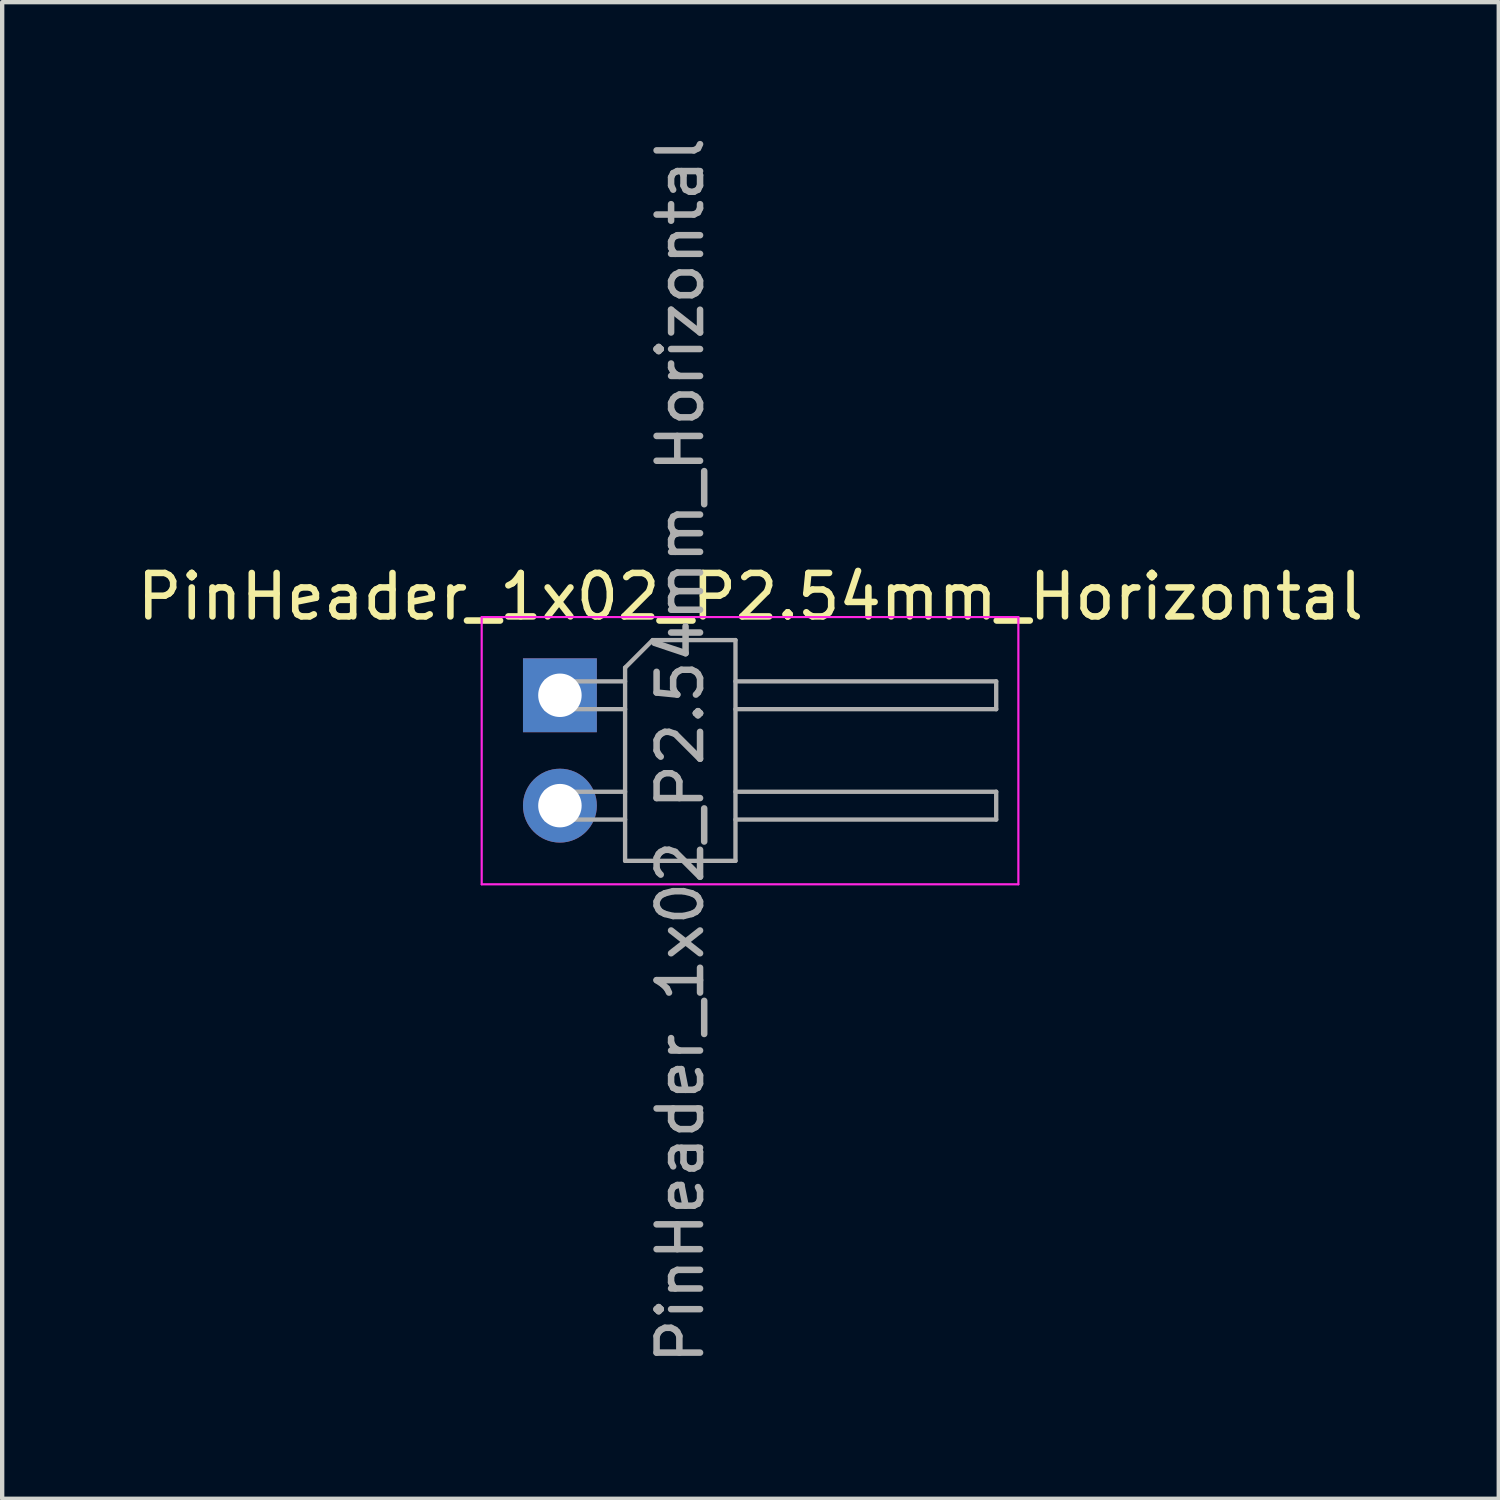
<source format=kicad_pcb>
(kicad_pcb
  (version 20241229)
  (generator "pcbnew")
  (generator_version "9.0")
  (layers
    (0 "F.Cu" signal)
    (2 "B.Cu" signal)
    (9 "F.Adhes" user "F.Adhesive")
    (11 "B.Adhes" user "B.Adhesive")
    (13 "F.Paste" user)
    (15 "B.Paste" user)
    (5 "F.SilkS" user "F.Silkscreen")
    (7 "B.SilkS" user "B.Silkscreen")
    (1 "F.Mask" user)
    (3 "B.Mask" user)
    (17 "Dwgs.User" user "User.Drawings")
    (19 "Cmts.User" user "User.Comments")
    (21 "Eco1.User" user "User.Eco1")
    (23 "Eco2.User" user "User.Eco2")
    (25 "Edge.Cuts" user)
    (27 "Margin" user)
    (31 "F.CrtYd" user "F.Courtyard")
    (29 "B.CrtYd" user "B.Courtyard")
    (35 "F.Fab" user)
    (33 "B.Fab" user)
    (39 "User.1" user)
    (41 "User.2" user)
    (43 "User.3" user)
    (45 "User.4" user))
  (footprint "PinHeader_1x02_P2.54mm_Horizontal"
    (layer "F.Cu")
    (at 9.835 12.95)
    (property "Reference" "PinHeader_1x02_P2.54mm_Horizontal" (at 4.385 -2.27 0) (layer "F.SilkS") (effects (font (size 1 1) (thickness 0.15))))
    (attr through_hole)
    (fp_line (start -1.8 -1.8) (end -1.8 4.35) (stroke (width 0.05) (type solid)) (layer "F.CrtYd"))
    (fp_line (start -1.8 4.35) (end 10.55 4.35) (stroke (width 0.05) (type solid)) (layer "F.CrtYd"))
    (fp_line (start 10.55 -1.8) (end -1.8 -1.8) (stroke (width 0.05) (type solid)) (layer "F.CrtYd"))
    (fp_line (start 10.55 4.35) (end 10.55 -1.8) (stroke (width 0.05) (type solid)) (layer "F.CrtYd"))
    (fp_line (start -0.32 -0.32) (end -0.32 0.32) (stroke (width 0.1) (type solid)) (layer "F.Fab"))
    (fp_line (start -0.32 -0.32) (end 1.5 -0.32) (stroke (width 0.1) (type solid)) (layer "F.Fab"))
    (fp_line (start -0.32 0.32) (end 1.5 0.32) (stroke (width 0.1) (type solid)) (layer "F.Fab"))
    (fp_line (start -0.32 2.22) (end -0.32 2.86) (stroke (width 0.1) (type solid)) (layer "F.Fab"))
    (fp_line (start -0.32 2.22) (end 1.5 2.22) (stroke (width 0.1) (type solid)) (layer "F.Fab"))
    (fp_line (start -0.32 2.86) (end 1.5 2.86) (stroke (width 0.1) (type solid)) (layer "F.Fab"))
    (fp_line (start 1.5 -0.635) (end 2.135 -1.27) (stroke (width 0.1) (type solid)) (layer "F.Fab"))
    (fp_line (start 1.5 3.81) (end 1.5 -0.635) (stroke (width 0.1) (type solid)) (layer "F.Fab"))
    (fp_line (start 2.135 -1.27) (end 4.04 -1.27) (stroke (width 0.1) (type solid)) (layer "F.Fab"))
    (fp_line (start 4.04 -1.27) (end 4.04 3.81) (stroke (width 0.1) (type solid)) (layer "F.Fab"))
    (fp_line (start 4.04 -0.32) (end 10.04 -0.32) (stroke (width 0.1) (type solid)) (layer "F.Fab"))
    (fp_line (start 4.04 0.32) (end 10.04 0.32) (stroke (width 0.1) (type solid)) (layer "F.Fab"))
    (fp_line (start 4.04 2.22) (end 10.04 2.22) (stroke (width 0.1) (type solid)) (layer "F.Fab"))
    (fp_line (start 4.04 2.86) (end 10.04 2.86) (stroke (width 0.1) (type solid)) (layer "F.Fab"))
    (fp_line (start 4.04 3.81) (end 1.5 3.81) (stroke (width 0.1) (type solid)) (layer "F.Fab"))
    (fp_line (start 10.04 -0.32) (end 10.04 0.32) (stroke (width 0.1) (type solid)) (layer "F.Fab"))
    (fp_line (start 10.04 2.22) (end 10.04 2.86) (stroke (width 0.1) (type solid)) (layer "F.Fab"))
    (fp_text user "${REFERENCE}" (at 2.77 1.27 90) (layer "F.Fab") (effects (font (size 1 1) (thickness 0.15))))
    (pad "1" thru_hole rect (at 0 0) (size 1.7 1.7) (drill 1) (layers "*.Cu" "*.Mask"))
    (pad "2" thru_hole oval (at 0 2.54) (size 1.7 1.7) (drill 1) (layers "*.Cu" "*.Mask")))
  (gr_rect
    (start -3 -3)
    (end 31.44 31.44)
    (stroke (width 0.1) (type default))
    (fill no)
    (layer "Edge.Cuts")))
</source>
